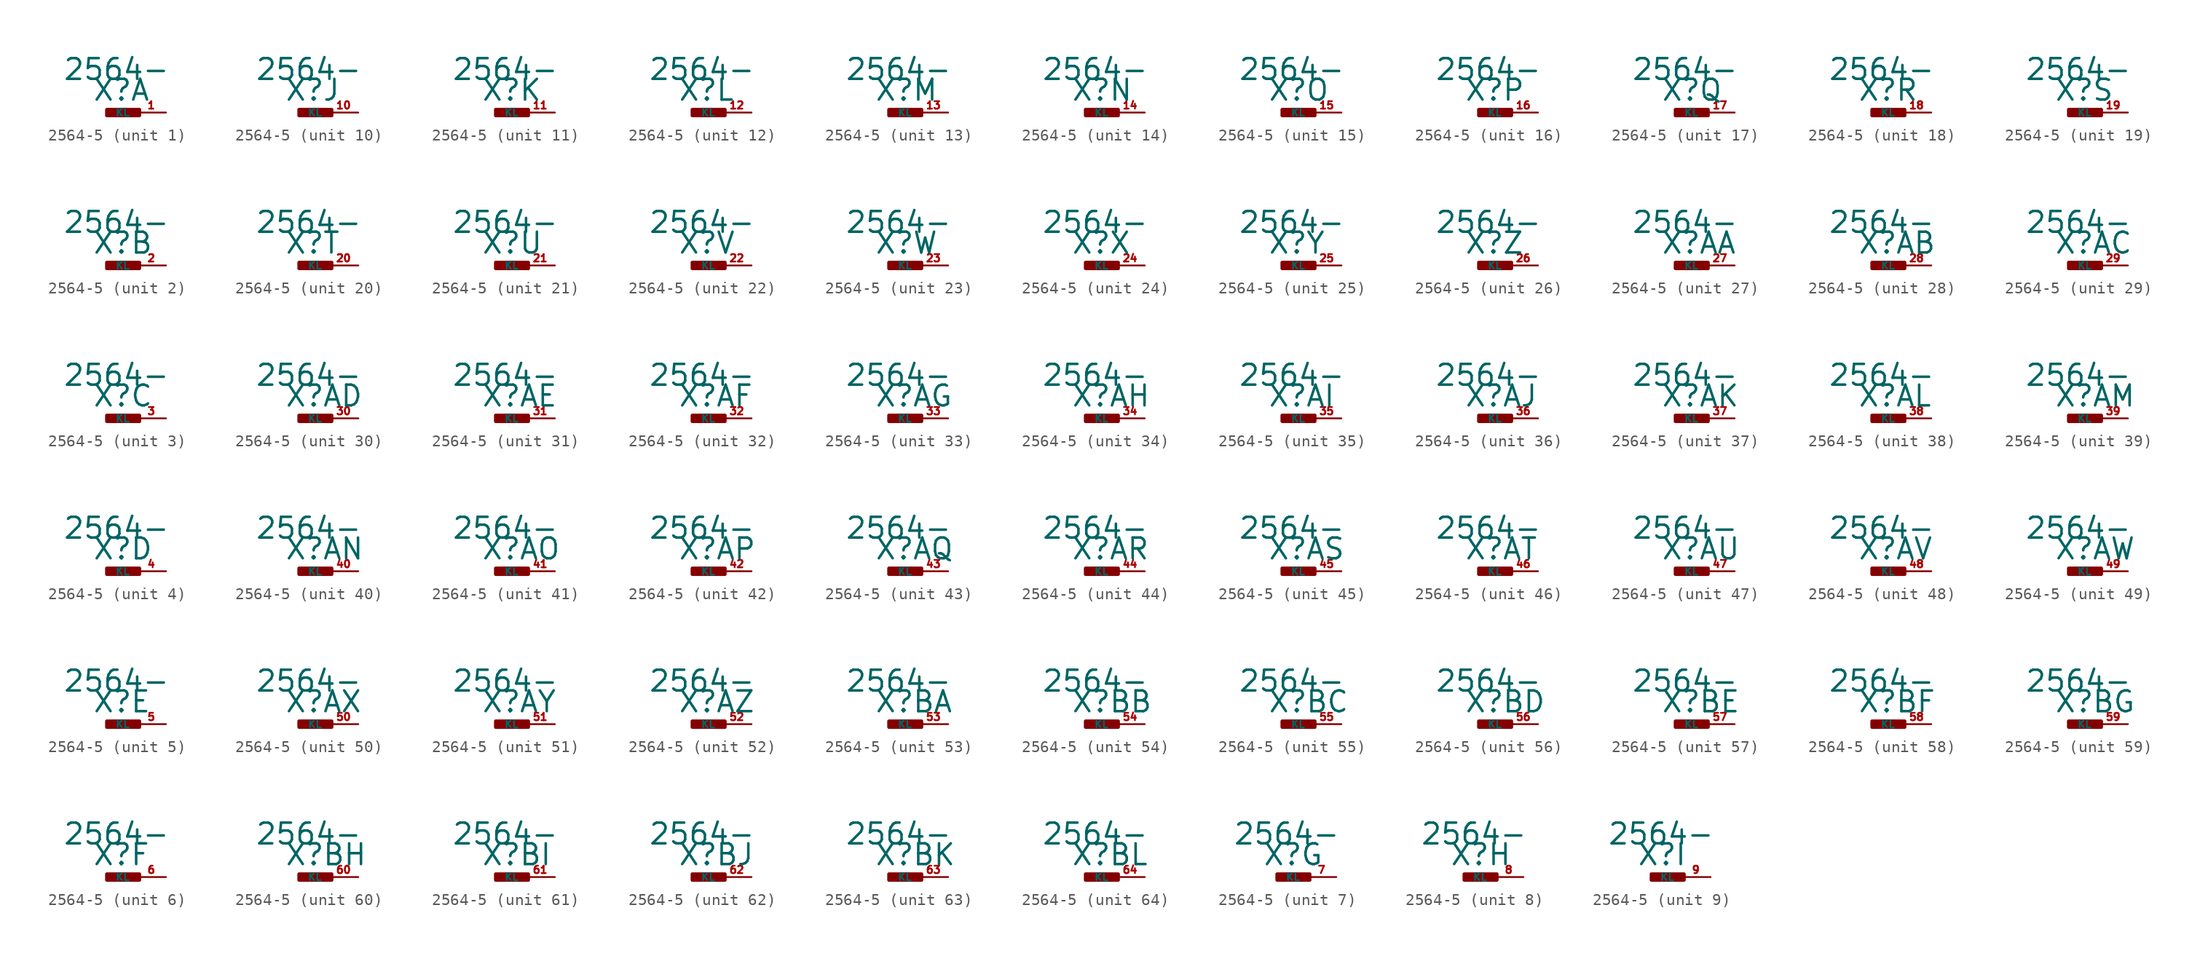
<source format=kicad_sym>
(kicad_symbol_lib
  (version 20220914)
  (generator Eagle2Kicad)
  (symbol "2564-5"
    (property "Reference" "X"
      (at -1.27 0.889 0)
      (effects (font (size 1.778 1.778) (thickness 0.22)) (justify left bottom)))
    (property "Value" "2564-"
      (at -3.81 2.667 0)
      (effects (font (size 1.778 1.778) (thickness 0.22)) (justify left bottom)))
    (symbol "2564-5_1_0"
      (rectangle (start 0 -0.254) (end 2.794 0.254) (stroke (width 0.3) (type default)) (fill (type outline)))
      (pin passive line (at 5.08 0 180) (length 2.54) (name "KL" (effects (font (size 0.635 0.635) (thickness 0.08)) (justify left bottom))) (number "1" (effects (font (size 0.635 0.635) (thickness 0.08)) (justify left bottom)))))
    (symbol "2564-5_2_0"
      (rectangle (start 0 -0.254) (end 2.794 0.254) (stroke (width 0.3) (type default)) (fill (type outline)))
      (pin passive line (at 5.08 0 180) (length 2.54) (name "KL" (effects (font (size 0.635 0.635) (thickness 0.08)) (justify left bottom))) (number "2" (effects (font (size 0.635 0.635) (thickness 0.08)) (justify left bottom)))))
    (symbol "2564-5_3_0"
      (rectangle (start 0 -0.254) (end 2.794 0.254) (stroke (width 0.3) (type default)) (fill (type outline)))
      (pin passive line (at 5.08 0 180) (length 2.54) (name "KL" (effects (font (size 0.635 0.635) (thickness 0.08)) (justify left bottom))) (number "3" (effects (font (size 0.635 0.635) (thickness 0.08)) (justify left bottom)))))
    (symbol "2564-5_4_0"
      (rectangle (start 0 -0.254) (end 2.794 0.254) (stroke (width 0.3) (type default)) (fill (type outline)))
      (pin passive line (at 5.08 0 180) (length 2.54) (name "KL" (effects (font (size 0.635 0.635) (thickness 0.08)) (justify left bottom))) (number "4" (effects (font (size 0.635 0.635) (thickness 0.08)) (justify left bottom)))))
    (symbol "2564-5_5_0"
      (rectangle (start 0 -0.254) (end 2.794 0.254) (stroke (width 0.3) (type default)) (fill (type outline)))
      (pin passive line (at 5.08 0 180) (length 2.54) (name "KL" (effects (font (size 0.635 0.635) (thickness 0.08)) (justify left bottom))) (number "5" (effects (font (size 0.635 0.635) (thickness 0.08)) (justify left bottom)))))
    (symbol "2564-5_6_0"
      (rectangle (start 0 -0.254) (end 2.794 0.254) (stroke (width 0.3) (type default)) (fill (type outline)))
      (pin passive line (at 5.08 0 180) (length 2.54) (name "KL" (effects (font (size 0.635 0.635) (thickness 0.08)) (justify left bottom))) (number "6" (effects (font (size 0.635 0.635) (thickness 0.08)) (justify left bottom)))))
    (symbol "2564-5_7_0"
      (rectangle (start 0 -0.254) (end 2.794 0.254) (stroke (width 0.3) (type default)) (fill (type outline)))
      (pin passive line (at 5.08 0 180) (length 2.54) (name "KL" (effects (font (size 0.635 0.635) (thickness 0.08)) (justify left bottom))) (number "7" (effects (font (size 0.635 0.635) (thickness 0.08)) (justify left bottom)))))
    (symbol "2564-5_8_0"
      (rectangle (start 0 -0.254) (end 2.794 0.254) (stroke (width 0.3) (type default)) (fill (type outline)))
      (pin passive line (at 5.08 0 180) (length 2.54) (name "KL" (effects (font (size 0.635 0.635) (thickness 0.08)) (justify left bottom))) (number "8" (effects (font (size 0.635 0.635) (thickness 0.08)) (justify left bottom)))))
    (symbol "2564-5_9_0"
      (rectangle (start 0 -0.254) (end 2.794 0.254) (stroke (width 0.3) (type default)) (fill (type outline)))
      (pin passive line (at 5.08 0 180) (length 2.54) (name "KL" (effects (font (size 0.635 0.635) (thickness 0.08)) (justify left bottom))) (number "9" (effects (font (size 0.635 0.635) (thickness 0.08)) (justify left bottom)))))
    (symbol "2564-5_10_0"
      (rectangle (start 0 -0.254) (end 2.794 0.254) (stroke (width 0.3) (type default)) (fill (type outline)))
      (pin passive line (at 5.08 0 180) (length 2.54) (name "KL" (effects (font (size 0.635 0.635) (thickness 0.08)) (justify left bottom))) (number "10" (effects (font (size 0.635 0.635) (thickness 0.08)) (justify left bottom)))))
    (symbol "2564-5_11_0"
      (rectangle (start 0 -0.254) (end 2.794 0.254) (stroke (width 0.3) (type default)) (fill (type outline)))
      (pin passive line (at 5.08 0 180) (length 2.54) (name "KL" (effects (font (size 0.635 0.635) (thickness 0.08)) (justify left bottom))) (number "11" (effects (font (size 0.635 0.635) (thickness 0.08)) (justify left bottom)))))
    (symbol "2564-5_12_0"
      (rectangle (start 0 -0.254) (end 2.794 0.254) (stroke (width 0.3) (type default)) (fill (type outline)))
      (pin passive line (at 5.08 0 180) (length 2.54) (name "KL" (effects (font (size 0.635 0.635) (thickness 0.08)) (justify left bottom))) (number "12" (effects (font (size 0.635 0.635) (thickness 0.08)) (justify left bottom)))))
    (symbol "2564-5_13_0"
      (rectangle (start 0 -0.254) (end 2.794 0.254) (stroke (width 0.3) (type default)) (fill (type outline)))
      (pin passive line (at 5.08 0 180) (length 2.54) (name "KL" (effects (font (size 0.635 0.635) (thickness 0.08)) (justify left bottom))) (number "13" (effects (font (size 0.635 0.635) (thickness 0.08)) (justify left bottom)))))
    (symbol "2564-5_14_0"
      (rectangle (start 0 -0.254) (end 2.794 0.254) (stroke (width 0.3) (type default)) (fill (type outline)))
      (pin passive line (at 5.08 0 180) (length 2.54) (name "KL" (effects (font (size 0.635 0.635) (thickness 0.08)) (justify left bottom))) (number "14" (effects (font (size 0.635 0.635) (thickness 0.08)) (justify left bottom)))))
    (symbol "2564-5_15_0"
      (rectangle (start 0 -0.254) (end 2.794 0.254) (stroke (width 0.3) (type default)) (fill (type outline)))
      (pin passive line (at 5.08 0 180) (length 2.54) (name "KL" (effects (font (size 0.635 0.635) (thickness 0.08)) (justify left bottom))) (number "15" (effects (font (size 0.635 0.635) (thickness 0.08)) (justify left bottom)))))
    (symbol "2564-5_16_0"
      (rectangle (start 0 -0.254) (end 2.794 0.254) (stroke (width 0.3) (type default)) (fill (type outline)))
      (pin passive line (at 5.08 0 180) (length 2.54) (name "KL" (effects (font (size 0.635 0.635) (thickness 0.08)) (justify left bottom))) (number "16" (effects (font (size 0.635 0.635) (thickness 0.08)) (justify left bottom)))))
    (symbol "2564-5_17_0"
      (rectangle (start 0 -0.254) (end 2.794 0.254) (stroke (width 0.3) (type default)) (fill (type outline)))
      (pin passive line (at 5.08 0 180) (length 2.54) (name "KL" (effects (font (size 0.635 0.635) (thickness 0.08)) (justify left bottom))) (number "17" (effects (font (size 0.635 0.635) (thickness 0.08)) (justify left bottom)))))
    (symbol "2564-5_18_0"
      (rectangle (start 0 -0.254) (end 2.794 0.254) (stroke (width 0.3) (type default)) (fill (type outline)))
      (pin passive line (at 5.08 0 180) (length 2.54) (name "KL" (effects (font (size 0.635 0.635) (thickness 0.08)) (justify left bottom))) (number "18" (effects (font (size 0.635 0.635) (thickness 0.08)) (justify left bottom)))))
    (symbol "2564-5_19_0"
      (rectangle (start 0 -0.254) (end 2.794 0.254) (stroke (width 0.3) (type default)) (fill (type outline)))
      (pin passive line (at 5.08 0 180) (length 2.54) (name "KL" (effects (font (size 0.635 0.635) (thickness 0.08)) (justify left bottom))) (number "19" (effects (font (size 0.635 0.635) (thickness 0.08)) (justify left bottom)))))
    (symbol "2564-5_20_0"
      (rectangle (start 0 -0.254) (end 2.794 0.254) (stroke (width 0.3) (type default)) (fill (type outline)))
      (pin passive line (at 5.08 0 180) (length 2.54) (name "KL" (effects (font (size 0.635 0.635) (thickness 0.08)) (justify left bottom))) (number "20" (effects (font (size 0.635 0.635) (thickness 0.08)) (justify left bottom)))))
    (symbol "2564-5_21_0"
      (rectangle (start 0 -0.254) (end 2.794 0.254) (stroke (width 0.3) (type default)) (fill (type outline)))
      (pin passive line (at 5.08 0 180) (length 2.54) (name "KL" (effects (font (size 0.635 0.635) (thickness 0.08)) (justify left bottom))) (number "21" (effects (font (size 0.635 0.635) (thickness 0.08)) (justify left bottom)))))
    (symbol "2564-5_22_0"
      (rectangle (start 0 -0.254) (end 2.794 0.254) (stroke (width 0.3) (type default)) (fill (type outline)))
      (pin passive line (at 5.08 0 180) (length 2.54) (name "KL" (effects (font (size 0.635 0.635) (thickness 0.08)) (justify left bottom))) (number "22" (effects (font (size 0.635 0.635) (thickness 0.08)) (justify left bottom)))))
    (symbol "2564-5_23_0"
      (rectangle (start 0 -0.254) (end 2.794 0.254) (stroke (width 0.3) (type default)) (fill (type outline)))
      (pin passive line (at 5.08 0 180) (length 2.54) (name "KL" (effects (font (size 0.635 0.635) (thickness 0.08)) (justify left bottom))) (number "23" (effects (font (size 0.635 0.635) (thickness 0.08)) (justify left bottom)))))
    (symbol "2564-5_24_0"
      (rectangle (start 0 -0.254) (end 2.794 0.254) (stroke (width 0.3) (type default)) (fill (type outline)))
      (pin passive line (at 5.08 0 180) (length 2.54) (name "KL" (effects (font (size 0.635 0.635) (thickness 0.08)) (justify left bottom))) (number "24" (effects (font (size 0.635 0.635) (thickness 0.08)) (justify left bottom)))))
    (symbol "2564-5_25_0"
      (rectangle (start 0 -0.254) (end 2.794 0.254) (stroke (width 0.3) (type default)) (fill (type outline)))
      (pin passive line (at 5.08 0 180) (length 2.54) (name "KL" (effects (font (size 0.635 0.635) (thickness 0.08)) (justify left bottom))) (number "25" (effects (font (size 0.635 0.635) (thickness 0.08)) (justify left bottom)))))
    (symbol "2564-5_26_0"
      (rectangle (start 0 -0.254) (end 2.794 0.254) (stroke (width 0.3) (type default)) (fill (type outline)))
      (pin passive line (at 5.08 0 180) (length 2.54) (name "KL" (effects (font (size 0.635 0.635) (thickness 0.08)) (justify left bottom))) (number "26" (effects (font (size 0.635 0.635) (thickness 0.08)) (justify left bottom)))))
    (symbol "2564-5_27_0"
      (rectangle (start 0 -0.254) (end 2.794 0.254) (stroke (width 0.3) (type default)) (fill (type outline)))
      (pin passive line (at 5.08 0 180) (length 2.54) (name "KL" (effects (font (size 0.635 0.635) (thickness 0.08)) (justify left bottom))) (number "27" (effects (font (size 0.635 0.635) (thickness 0.08)) (justify left bottom)))))
    (symbol "2564-5_28_0"
      (rectangle (start 0 -0.254) (end 2.794 0.254) (stroke (width 0.3) (type default)) (fill (type outline)))
      (pin passive line (at 5.08 0 180) (length 2.54) (name "KL" (effects (font (size 0.635 0.635) (thickness 0.08)) (justify left bottom))) (number "28" (effects (font (size 0.635 0.635) (thickness 0.08)) (justify left bottom)))))
    (symbol "2564-5_29_0"
      (rectangle (start 0 -0.254) (end 2.794 0.254) (stroke (width 0.3) (type default)) (fill (type outline)))
      (pin passive line (at 5.08 0 180) (length 2.54) (name "KL" (effects (font (size 0.635 0.635) (thickness 0.08)) (justify left bottom))) (number "29" (effects (font (size 0.635 0.635) (thickness 0.08)) (justify left bottom)))))
    (symbol "2564-5_30_0"
      (rectangle (start 0 -0.254) (end 2.794 0.254) (stroke (width 0.3) (type default)) (fill (type outline)))
      (pin passive line (at 5.08 0 180) (length 2.54) (name "KL" (effects (font (size 0.635 0.635) (thickness 0.08)) (justify left bottom))) (number "30" (effects (font (size 0.635 0.635) (thickness 0.08)) (justify left bottom)))))
    (symbol "2564-5_31_0"
      (rectangle (start 0 -0.254) (end 2.794 0.254) (stroke (width 0.3) (type default)) (fill (type outline)))
      (pin passive line (at 5.08 0 180) (length 2.54) (name "KL" (effects (font (size 0.635 0.635) (thickness 0.08)) (justify left bottom))) (number "31" (effects (font (size 0.635 0.635) (thickness 0.08)) (justify left bottom)))))
    (symbol "2564-5_32_0"
      (rectangle (start 0 -0.254) (end 2.794 0.254) (stroke (width 0.3) (type default)) (fill (type outline)))
      (pin passive line (at 5.08 0 180) (length 2.54) (name "KL" (effects (font (size 0.635 0.635) (thickness 0.08)) (justify left bottom))) (number "32" (effects (font (size 0.635 0.635) (thickness 0.08)) (justify left bottom)))))
    (symbol "2564-5_33_0"
      (rectangle (start 0 -0.254) (end 2.794 0.254) (stroke (width 0.3) (type default)) (fill (type outline)))
      (pin passive line (at 5.08 0 180) (length 2.54) (name "KL" (effects (font (size 0.635 0.635) (thickness 0.08)) (justify left bottom))) (number "33" (effects (font (size 0.635 0.635) (thickness 0.08)) (justify left bottom)))))
    (symbol "2564-5_34_0"
      (rectangle (start 0 -0.254) (end 2.794 0.254) (stroke (width 0.3) (type default)) (fill (type outline)))
      (pin passive line (at 5.08 0 180) (length 2.54) (name "KL" (effects (font (size 0.635 0.635) (thickness 0.08)) (justify left bottom))) (number "34" (effects (font (size 0.635 0.635) (thickness 0.08)) (justify left bottom)))))
    (symbol "2564-5_35_0"
      (rectangle (start 0 -0.254) (end 2.794 0.254) (stroke (width 0.3) (type default)) (fill (type outline)))
      (pin passive line (at 5.08 0 180) (length 2.54) (name "KL" (effects (font (size 0.635 0.635) (thickness 0.08)) (justify left bottom))) (number "35" (effects (font (size 0.635 0.635) (thickness 0.08)) (justify left bottom)))))
    (symbol "2564-5_36_0"
      (rectangle (start 0 -0.254) (end 2.794 0.254) (stroke (width 0.3) (type default)) (fill (type outline)))
      (pin passive line (at 5.08 0 180) (length 2.54) (name "KL" (effects (font (size 0.635 0.635) (thickness 0.08)) (justify left bottom))) (number "36" (effects (font (size 0.635 0.635) (thickness 0.08)) (justify left bottom)))))
    (symbol "2564-5_37_0"
      (rectangle (start 0 -0.254) (end 2.794 0.254) (stroke (width 0.3) (type default)) (fill (type outline)))
      (pin passive line (at 5.08 0 180) (length 2.54) (name "KL" (effects (font (size 0.635 0.635) (thickness 0.08)) (justify left bottom))) (number "37" (effects (font (size 0.635 0.635) (thickness 0.08)) (justify left bottom)))))
    (symbol "2564-5_38_0"
      (rectangle (start 0 -0.254) (end 2.794 0.254) (stroke (width 0.3) (type default)) (fill (type outline)))
      (pin passive line (at 5.08 0 180) (length 2.54) (name "KL" (effects (font (size 0.635 0.635) (thickness 0.08)) (justify left bottom))) (number "38" (effects (font (size 0.635 0.635) (thickness 0.08)) (justify left bottom)))))
    (symbol "2564-5_39_0"
      (rectangle (start 0 -0.254) (end 2.794 0.254) (stroke (width 0.3) (type default)) (fill (type outline)))
      (pin passive line (at 5.08 0 180) (length 2.54) (name "KL" (effects (font (size 0.635 0.635) (thickness 0.08)) (justify left bottom))) (number "39" (effects (font (size 0.635 0.635) (thickness 0.08)) (justify left bottom)))))
    (symbol "2564-5_40_0"
      (rectangle (start 0 -0.254) (end 2.794 0.254) (stroke (width 0.3) (type default)) (fill (type outline)))
      (pin passive line (at 5.08 0 180) (length 2.54) (name "KL" (effects (font (size 0.635 0.635) (thickness 0.08)) (justify left bottom))) (number "40" (effects (font (size 0.635 0.635) (thickness 0.08)) (justify left bottom)))))
    (symbol "2564-5_41_0"
      (rectangle (start 0 -0.254) (end 2.794 0.254) (stroke (width 0.3) (type default)) (fill (type outline)))
      (pin passive line (at 5.08 0 180) (length 2.54) (name "KL" (effects (font (size 0.635 0.635) (thickness 0.08)) (justify left bottom))) (number "41" (effects (font (size 0.635 0.635) (thickness 0.08)) (justify left bottom)))))
    (symbol "2564-5_42_0"
      (rectangle (start 0 -0.254) (end 2.794 0.254) (stroke (width 0.3) (type default)) (fill (type outline)))
      (pin passive line (at 5.08 0 180) (length 2.54) (name "KL" (effects (font (size 0.635 0.635) (thickness 0.08)) (justify left bottom))) (number "42" (effects (font (size 0.635 0.635) (thickness 0.08)) (justify left bottom)))))
    (symbol "2564-5_43_0"
      (rectangle (start 0 -0.254) (end 2.794 0.254) (stroke (width 0.3) (type default)) (fill (type outline)))
      (pin passive line (at 5.08 0 180) (length 2.54) (name "KL" (effects (font (size 0.635 0.635) (thickness 0.08)) (justify left bottom))) (number "43" (effects (font (size 0.635 0.635) (thickness 0.08)) (justify left bottom)))))
    (symbol "2564-5_44_0"
      (rectangle (start 0 -0.254) (end 2.794 0.254) (stroke (width 0.3) (type default)) (fill (type outline)))
      (pin passive line (at 5.08 0 180) (length 2.54) (name "KL" (effects (font (size 0.635 0.635) (thickness 0.08)) (justify left bottom))) (number "44" (effects (font (size 0.635 0.635) (thickness 0.08)) (justify left bottom)))))
    (symbol "2564-5_45_0"
      (rectangle (start 0 -0.254) (end 2.794 0.254) (stroke (width 0.3) (type default)) (fill (type outline)))
      (pin passive line (at 5.08 0 180) (length 2.54) (name "KL" (effects (font (size 0.635 0.635) (thickness 0.08)) (justify left bottom))) (number "45" (effects (font (size 0.635 0.635) (thickness 0.08)) (justify left bottom)))))
    (symbol "2564-5_46_0"
      (rectangle (start 0 -0.254) (end 2.794 0.254) (stroke (width 0.3) (type default)) (fill (type outline)))
      (pin passive line (at 5.08 0 180) (length 2.54) (name "KL" (effects (font (size 0.635 0.635) (thickness 0.08)) (justify left bottom))) (number "46" (effects (font (size 0.635 0.635) (thickness 0.08)) (justify left bottom)))))
    (symbol "2564-5_47_0"
      (rectangle (start 0 -0.254) (end 2.794 0.254) (stroke (width 0.3) (type default)) (fill (type outline)))
      (pin passive line (at 5.08 0 180) (length 2.54) (name "KL" (effects (font (size 0.635 0.635) (thickness 0.08)) (justify left bottom))) (number "47" (effects (font (size 0.635 0.635) (thickness 0.08)) (justify left bottom)))))
    (symbol "2564-5_48_0"
      (rectangle (start 0 -0.254) (end 2.794 0.254) (stroke (width 0.3) (type default)) (fill (type outline)))
      (pin passive line (at 5.08 0 180) (length 2.54) (name "KL" (effects (font (size 0.635 0.635) (thickness 0.08)) (justify left bottom))) (number "48" (effects (font (size 0.635 0.635) (thickness 0.08)) (justify left bottom)))))
    (symbol "2564-5_49_0"
      (rectangle (start 0 -0.254) (end 2.794 0.254) (stroke (width 0.3) (type default)) (fill (type outline)))
      (pin passive line (at 5.08 0 180) (length 2.54) (name "KL" (effects (font (size 0.635 0.635) (thickness 0.08)) (justify left bottom))) (number "49" (effects (font (size 0.635 0.635) (thickness 0.08)) (justify left bottom)))))
    (symbol "2564-5_50_0"
      (rectangle (start 0 -0.254) (end 2.794 0.254) (stroke (width 0.3) (type default)) (fill (type outline)))
      (pin passive line (at 5.08 0 180) (length 2.54) (name "KL" (effects (font (size 0.635 0.635) (thickness 0.08)) (justify left bottom))) (number "50" (effects (font (size 0.635 0.635) (thickness 0.08)) (justify left bottom)))))
    (symbol "2564-5_51_0"
      (rectangle (start 0 -0.254) (end 2.794 0.254) (stroke (width 0.3) (type default)) (fill (type outline)))
      (pin passive line (at 5.08 0 180) (length 2.54) (name "KL" (effects (font (size 0.635 0.635) (thickness 0.08)) (justify left bottom))) (number "51" (effects (font (size 0.635 0.635) (thickness 0.08)) (justify left bottom)))))
    (symbol "2564-5_52_0"
      (rectangle (start 0 -0.254) (end 2.794 0.254) (stroke (width 0.3) (type default)) (fill (type outline)))
      (pin passive line (at 5.08 0 180) (length 2.54) (name "KL" (effects (font (size 0.635 0.635) (thickness 0.08)) (justify left bottom))) (number "52" (effects (font (size 0.635 0.635) (thickness 0.08)) (justify left bottom)))))
    (symbol "2564-5_53_0"
      (rectangle (start 0 -0.254) (end 2.794 0.254) (stroke (width 0.3) (type default)) (fill (type outline)))
      (pin passive line (at 5.08 0 180) (length 2.54) (name "KL" (effects (font (size 0.635 0.635) (thickness 0.08)) (justify left bottom))) (number "53" (effects (font (size 0.635 0.635) (thickness 0.08)) (justify left bottom)))))
    (symbol "2564-5_54_0"
      (rectangle (start 0 -0.254) (end 2.794 0.254) (stroke (width 0.3) (type default)) (fill (type outline)))
      (pin passive line (at 5.08 0 180) (length 2.54) (name "KL" (effects (font (size 0.635 0.635) (thickness 0.08)) (justify left bottom))) (number "54" (effects (font (size 0.635 0.635) (thickness 0.08)) (justify left bottom)))))
    (symbol "2564-5_55_0"
      (rectangle (start 0 -0.254) (end 2.794 0.254) (stroke (width 0.3) (type default)) (fill (type outline)))
      (pin passive line (at 5.08 0 180) (length 2.54) (name "KL" (effects (font (size 0.635 0.635) (thickness 0.08)) (justify left bottom))) (number "55" (effects (font (size 0.635 0.635) (thickness 0.08)) (justify left bottom)))))
    (symbol "2564-5_56_0"
      (rectangle (start 0 -0.254) (end 2.794 0.254) (stroke (width 0.3) (type default)) (fill (type outline)))
      (pin passive line (at 5.08 0 180) (length 2.54) (name "KL" (effects (font (size 0.635 0.635) (thickness 0.08)) (justify left bottom))) (number "56" (effects (font (size 0.635 0.635) (thickness 0.08)) (justify left bottom)))))
    (symbol "2564-5_57_0"
      (rectangle (start 0 -0.254) (end 2.794 0.254) (stroke (width 0.3) (type default)) (fill (type outline)))
      (pin passive line (at 5.08 0 180) (length 2.54) (name "KL" (effects (font (size 0.635 0.635) (thickness 0.08)) (justify left bottom))) (number "57" (effects (font (size 0.635 0.635) (thickness 0.08)) (justify left bottom)))))
    (symbol "2564-5_58_0"
      (rectangle (start 0 -0.254) (end 2.794 0.254) (stroke (width 0.3) (type default)) (fill (type outline)))
      (pin passive line (at 5.08 0 180) (length 2.54) (name "KL" (effects (font (size 0.635 0.635) (thickness 0.08)) (justify left bottom))) (number "58" (effects (font (size 0.635 0.635) (thickness 0.08)) (justify left bottom)))))
    (symbol "2564-5_59_0"
      (rectangle (start 0 -0.254) (end 2.794 0.254) (stroke (width 0.3) (type default)) (fill (type outline)))
      (pin passive line (at 5.08 0 180) (length 2.54) (name "KL" (effects (font (size 0.635 0.635) (thickness 0.08)) (justify left bottom))) (number "59" (effects (font (size 0.635 0.635) (thickness 0.08)) (justify left bottom)))))
    (symbol "2564-5_60_0"
      (rectangle (start 0 -0.254) (end 2.794 0.254) (stroke (width 0.3) (type default)) (fill (type outline)))
      (pin passive line (at 5.08 0 180) (length 2.54) (name "KL" (effects (font (size 0.635 0.635) (thickness 0.08)) (justify left bottom))) (number "60" (effects (font (size 0.635 0.635) (thickness 0.08)) (justify left bottom)))))
    (symbol "2564-5_61_0"
      (rectangle (start 0 -0.254) (end 2.794 0.254) (stroke (width 0.3) (type default)) (fill (type outline)))
      (pin passive line (at 5.08 0 180) (length 2.54) (name "KL" (effects (font (size 0.635 0.635) (thickness 0.08)) (justify left bottom))) (number "61" (effects (font (size 0.635 0.635) (thickness 0.08)) (justify left bottom)))))
    (symbol "2564-5_62_0"
      (rectangle (start 0 -0.254) (end 2.794 0.254) (stroke (width 0.3) (type default)) (fill (type outline)))
      (pin passive line (at 5.08 0 180) (length 2.54) (name "KL" (effects (font (size 0.635 0.635) (thickness 0.08)) (justify left bottom))) (number "62" (effects (font (size 0.635 0.635) (thickness 0.08)) (justify left bottom)))))
    (symbol "2564-5_63_0"
      (rectangle (start 0 -0.254) (end 2.794 0.254) (stroke (width 0.3) (type default)) (fill (type outline)))
      (pin passive line (at 5.08 0 180) (length 2.54) (name "KL" (effects (font (size 0.635 0.635) (thickness 0.08)) (justify left bottom))) (number "63" (effects (font (size 0.635 0.635) (thickness 0.08)) (justify left bottom)))))
    (symbol "2564-5_64_0"
      (rectangle (start 0 -0.254) (end 2.794 0.254) (stroke (width 0.3) (type default)) (fill (type outline)))
      (pin passive line (at 5.08 0 180) (length 2.54) (name "KL" (effects (font (size 0.635 0.635) (thickness 0.08)) (justify left bottom))) (number "64" (effects (font (size 0.635 0.635) (thickness 0.08)) (justify left bottom)))))))
</source>
